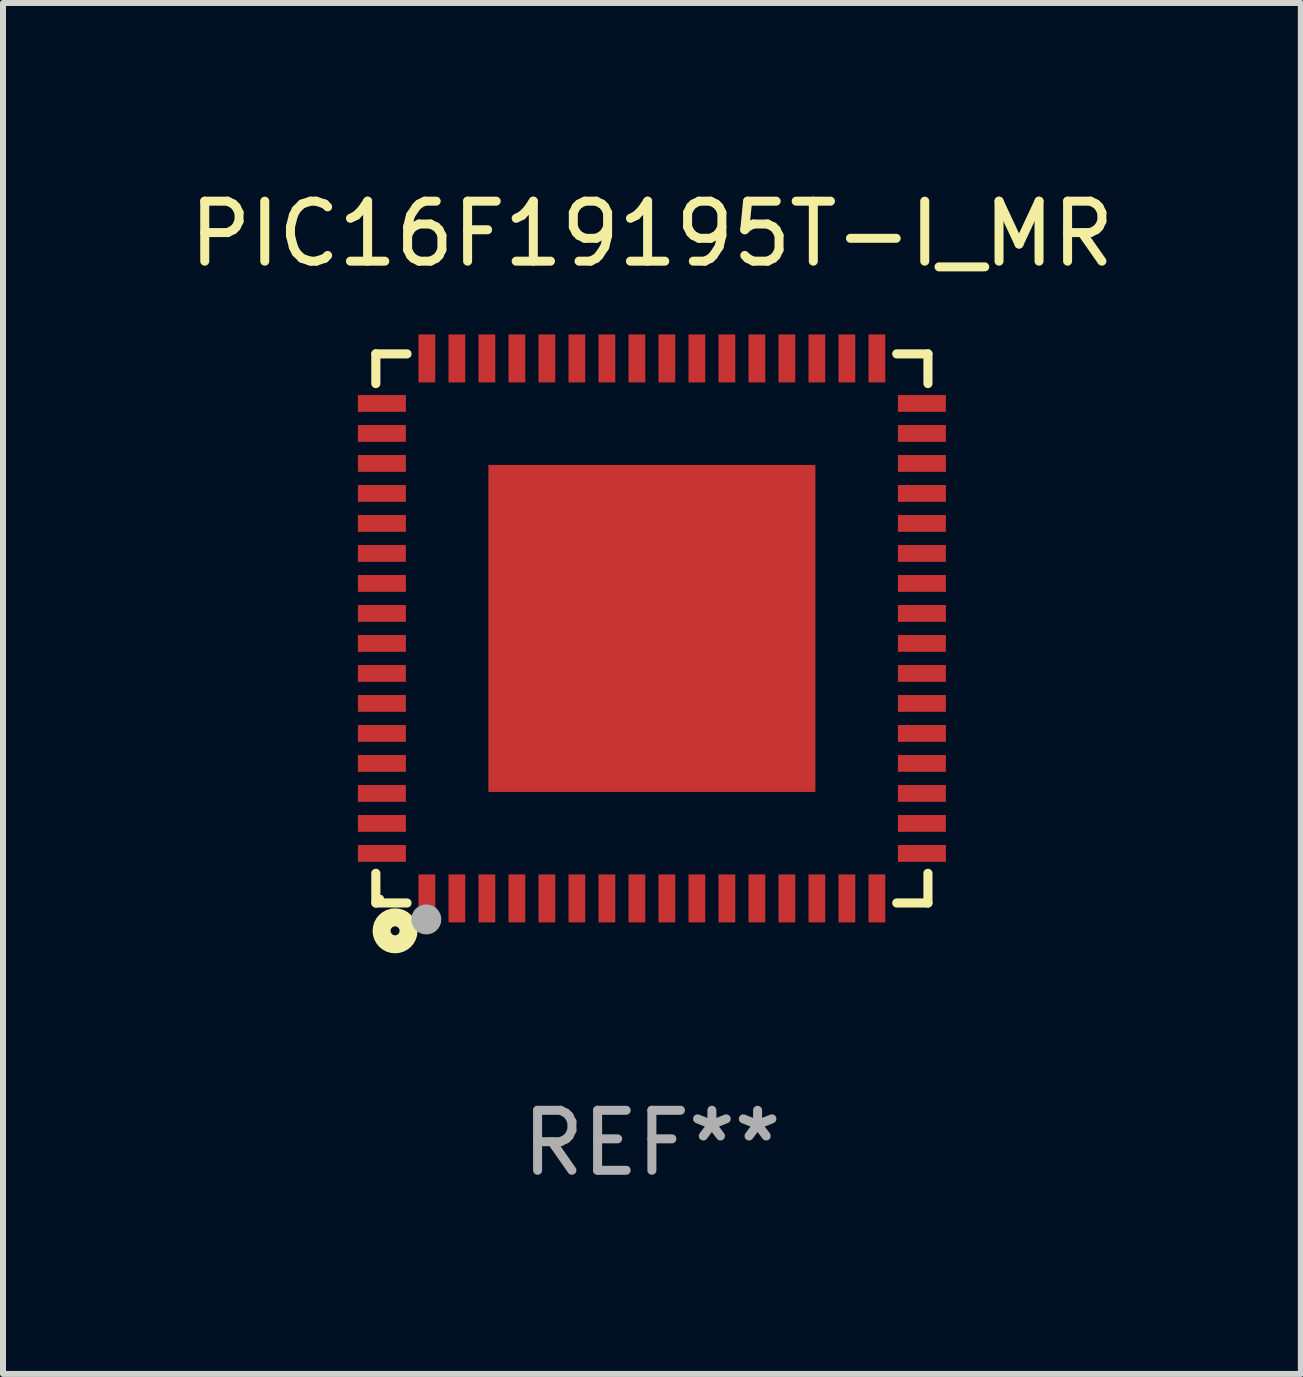
<source format=kicad_pcb>
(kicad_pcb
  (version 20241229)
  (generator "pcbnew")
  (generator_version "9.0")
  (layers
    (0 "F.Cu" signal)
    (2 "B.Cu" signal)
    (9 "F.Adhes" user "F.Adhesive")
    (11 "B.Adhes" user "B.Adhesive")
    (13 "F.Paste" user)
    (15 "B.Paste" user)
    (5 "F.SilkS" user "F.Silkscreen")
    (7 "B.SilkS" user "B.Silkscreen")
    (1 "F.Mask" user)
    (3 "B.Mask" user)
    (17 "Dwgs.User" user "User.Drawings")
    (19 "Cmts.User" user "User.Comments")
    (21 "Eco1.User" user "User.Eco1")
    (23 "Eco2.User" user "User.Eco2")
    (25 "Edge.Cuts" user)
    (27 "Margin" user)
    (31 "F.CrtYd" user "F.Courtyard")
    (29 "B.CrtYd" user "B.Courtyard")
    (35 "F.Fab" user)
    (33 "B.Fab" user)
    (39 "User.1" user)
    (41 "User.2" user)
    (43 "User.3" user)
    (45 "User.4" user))
  (footprint "PIC16F19195T-I_MR"
    (layer "F.Cu")
    (at 7.815 7.424)
    (property "Reference" "PIC16F19195T-I_MR" (at 0 -6.576 0) (layer "F.SilkS") (effects (font (size 1 1) (thickness 0.15))))
    (attr through_hole)
    (fp_line (start -4.601 -4.576) (end -4.081 -4.576) (stroke (width 0.152) (type solid)) (layer "F.SilkS"))
    (fp_line (start -4.601 -4.081) (end -4.601 -4.576) (stroke (width 0.152) (type solid)) (layer "F.SilkS"))
    (fp_line (start -4.601 4.081) (end -4.601 4.576) (stroke (width 0.152) (type solid)) (layer "F.SilkS"))
    (fp_line (start -4.601 4.576) (end -4.081 4.576) (stroke (width 0.152) (type solid)) (layer "F.SilkS"))
    (fp_line (start 4.601 -4.576) (end 4.081 -4.576) (stroke (width 0.152) (type solid)) (layer "F.SilkS"))
    (fp_line (start 4.601 -4.081) (end 4.601 -4.576) (stroke (width 0.152) (type solid)) (layer "F.SilkS"))
    (fp_line (start 4.601 4.081) (end 4.601 4.576) (stroke (width 0.152) (type solid)) (layer "F.SilkS"))
    (fp_line (start 4.601 4.576) (end 4.081 4.576) (stroke (width 0.152) (type solid)) (layer "F.SilkS"))
    (fp_circle (center -4.525 4.5) (end -4.495 4.5) (stroke (width 0.06) (type solid)) (fill no) (layer "F.SilkS"))
    (fp_circle (center -4.28 5.04) (end -4.205 5.04) (stroke (width 0.3) (type solid)) (fill no) (layer "F.SilkS"))
    (fp_circle (center -3.76 4.85) (end -3.635 4.85) (stroke (width 0.25) (type solid)) (fill no) (layer "F.Fab"))
    (fp_text user "REF**" (at 0 8.576 0) (layer "F.Fab") (effects (font (size 1 1) (thickness 0.15))))
    (pad "1" smd rect (at -3.75 4.5) (size 0.28 0.8) (layers "F.Cu" "F.Mask" "F.Paste"))
    (pad "2" smd rect (at -3.25 4.5) (size 0.28 0.8) (layers "F.Cu" "F.Mask" "F.Paste"))
    (pad "3" smd rect (at -2.75 4.5) (size 0.28 0.8) (layers "F.Cu" "F.Mask" "F.Paste"))
    (pad "4" smd rect (at -2.25 4.5) (size 0.28 0.8) (layers "F.Cu" "F.Mask" "F.Paste"))
    (pad "5" smd rect (at -1.75 4.5) (size 0.28 0.8) (layers "F.Cu" "F.Mask" "F.Paste"))
    (pad "6" smd rect (at -1.25 4.5) (size 0.28 0.8) (layers "F.Cu" "F.Mask" "F.Paste"))
    (pad "7" smd rect (at -0.75 4.5) (size 0.28 0.8) (layers "F.Cu" "F.Mask" "F.Paste"))
    (pad "8" smd rect (at -0.25 4.5) (size 0.28 0.8) (layers "F.Cu" "F.Mask" "F.Paste"))
    (pad "9" smd rect (at 0.25 4.5) (size 0.28 0.8) (layers "F.Cu" "F.Mask" "F.Paste"))
    (pad "10" smd rect (at 0.75 4.5) (size 0.28 0.8) (layers "F.Cu" "F.Mask" "F.Paste"))
    (pad "11" smd rect (at 1.25 4.5) (size 0.28 0.8) (layers "F.Cu" "F.Mask" "F.Paste"))
    (pad "12" smd rect (at 1.75 4.5) (size 0.28 0.8) (layers "F.Cu" "F.Mask" "F.Paste"))
    (pad "13" smd rect (at 2.25 4.5) (size 0.28 0.8) (layers "F.Cu" "F.Mask" "F.Paste"))
    (pad "14" smd rect (at 2.75 4.5) (size 0.28 0.8) (layers "F.Cu" "F.Mask" "F.Paste"))
    (pad "15" smd rect (at 3.25 4.5) (size 0.28 0.8) (layers "F.Cu" "F.Mask" "F.Paste"))
    (pad "16" smd rect (at 3.75 4.5) (size 0.28 0.8) (layers "F.Cu" "F.Mask" "F.Paste"))
    (pad "17" smd rect (at 4.5 3.75) (size 0.8 0.28) (layers "F.Cu" "F.Mask" "F.Paste"))
    (pad "18" smd rect (at 4.5 3.25) (size 0.8 0.28) (layers "F.Cu" "F.Mask" "F.Paste"))
    (pad "19" smd rect (at 4.5 2.75) (size 0.8 0.28) (layers "F.Cu" "F.Mask" "F.Paste"))
    (pad "20" smd rect (at 4.5 2.25) (size 0.8 0.28) (layers "F.Cu" "F.Mask" "F.Paste"))
    (pad "21" smd rect (at 4.5 1.75) (size 0.8 0.28) (layers "F.Cu" "F.Mask" "F.Paste"))
    (pad "22" smd rect (at 4.5 1.25) (size 0.8 0.28) (layers "F.Cu" "F.Mask" "F.Paste"))
    (pad "23" smd rect (at 4.5 0.75) (size 0.8 0.28) (layers "F.Cu" "F.Mask" "F.Paste"))
    (pad "24" smd rect (at 4.5 0.25) (size 0.8 0.28) (layers "F.Cu" "F.Mask" "F.Paste"))
    (pad "25" smd rect (at 4.5 -0.25) (size 0.8 0.28) (layers "F.Cu" "F.Mask" "F.Paste"))
    (pad "26" smd rect (at 4.5 -0.75) (size 0.8 0.28) (layers "F.Cu" "F.Mask" "F.Paste"))
    (pad "27" smd rect (at 4.5 -1.25) (size 0.8 0.28) (layers "F.Cu" "F.Mask" "F.Paste"))
    (pad "28" smd rect (at 4.5 -1.75) (size 0.8 0.28) (layers "F.Cu" "F.Mask" "F.Paste"))
    (pad "29" smd rect (at 4.5 -2.25) (size 0.8 0.28) (layers "F.Cu" "F.Mask" "F.Paste"))
    (pad "30" smd rect (at 4.5 -2.75) (size 0.8 0.28) (layers "F.Cu" "F.Mask" "F.Paste"))
    (pad "31" smd rect (at 4.5 -3.25) (size 0.8 0.28) (layers "F.Cu" "F.Mask" "F.Paste"))
    (pad "32" smd rect (at 4.5 -3.75) (size 0.8 0.28) (layers "F.Cu" "F.Mask" "F.Paste"))
    (pad "33" smd rect (at 3.75 -4.5) (size 0.28 0.8) (layers "F.Cu" "F.Mask" "F.Paste"))
    (pad "34" smd rect (at 3.25 -4.5) (size 0.28 0.8) (layers "F.Cu" "F.Mask" "F.Paste"))
    (pad "35" smd rect (at 2.75 -4.5) (size 0.28 0.8) (layers "F.Cu" "F.Mask" "F.Paste"))
    (pad "36" smd rect (at 2.25 -4.5) (size 0.28 0.8) (layers "F.Cu" "F.Mask" "F.Paste"))
    (pad "37" smd rect (at 1.75 -4.5) (size 0.28 0.8) (layers "F.Cu" "F.Mask" "F.Paste"))
    (pad "38" smd rect (at 1.25 -4.5) (size 0.28 0.8) (layers "F.Cu" "F.Mask" "F.Paste"))
    (pad "39" smd rect (at 0.75 -4.5) (size 0.28 0.8) (layers "F.Cu" "F.Mask" "F.Paste"))
    (pad "40" smd rect (at 0.25 -4.5) (size 0.28 0.8) (layers "F.Cu" "F.Mask" "F.Paste"))
    (pad "41" smd rect (at -0.25 -4.5) (size 0.28 0.8) (layers "F.Cu" "F.Mask" "F.Paste"))
    (pad "42" smd rect (at -0.75 -4.5) (size 0.28 0.8) (layers "F.Cu" "F.Mask" "F.Paste"))
    (pad "43" smd rect (at -1.25 -4.5) (size 0.28 0.8) (layers "F.Cu" "F.Mask" "F.Paste"))
    (pad "44" smd rect (at -1.75 -4.5) (size 0.28 0.8) (layers "F.Cu" "F.Mask" "F.Paste"))
    (pad "45" smd rect (at -2.25 -4.5) (size 0.28 0.8) (layers "F.Cu" "F.Mask" "F.Paste"))
    (pad "46" smd rect (at -2.75 -4.5) (size 0.28 0.8) (layers "F.Cu" "F.Mask" "F.Paste"))
    (pad "47" smd rect (at -3.25 -4.5) (size 0.28 0.8) (layers "F.Cu" "F.Mask" "F.Paste"))
    (pad "48" smd rect (at -3.75 -4.5) (size 0.28 0.8) (layers "F.Cu" "F.Mask" "F.Paste"))
    (pad "49" smd rect (at -4.5 -3.75) (size 0.8 0.28) (layers "F.Cu" "F.Mask" "F.Paste"))
    (pad "50" smd rect (at -4.5 -3.25) (size 0.8 0.28) (layers "F.Cu" "F.Mask" "F.Paste"))
    (pad "51" smd rect (at -4.5 -2.75) (size 0.8 0.28) (layers "F.Cu" "F.Mask" "F.Paste"))
    (pad "52" smd rect (at -4.5 -2.25) (size 0.8 0.28) (layers "F.Cu" "F.Mask" "F.Paste"))
    (pad "53" smd rect (at -4.5 -1.75) (size 0.8 0.28) (layers "F.Cu" "F.Mask" "F.Paste"))
    (pad "54" smd rect (at -4.5 -1.25) (size 0.8 0.28) (layers "F.Cu" "F.Mask" "F.Paste"))
    (pad "55" smd rect (at -4.5 -0.75) (size 0.8 0.28) (layers "F.Cu" "F.Mask" "F.Paste"))
    (pad "56" smd rect (at -4.5 -0.25) (size 0.8 0.28) (layers "F.Cu" "F.Mask" "F.Paste"))
    (pad "57" smd rect (at -4.5 0.25) (size 0.8 0.28) (layers "F.Cu" "F.Mask" "F.Paste"))
    (pad "58" smd rect (at -4.5 0.75) (size 0.8 0.28) (layers "F.Cu" "F.Mask" "F.Paste"))
    (pad "59" smd rect (at -4.5 1.25) (size 0.8 0.28) (layers "F.Cu" "F.Mask" "F.Paste"))
    (pad "60" smd rect (at -4.5 1.75) (size 0.8 0.28) (layers "F.Cu" "F.Mask" "F.Paste"))
    (pad "61" smd rect (at -4.5 2.25) (size 0.8 0.28) (layers "F.Cu" "F.Mask" "F.Paste"))
    (pad "62" smd rect (at -4.5 2.75) (size 0.8 0.28) (layers "F.Cu" "F.Mask" "F.Paste"))
    (pad "63" smd rect (at -4.5 3.25) (size 0.8 0.28) (layers "F.Cu" "F.Mask" "F.Paste"))
    (pad "64" smd rect (at -4.5 3.75) (size 0.8 0.28) (layers "F.Cu" "F.Mask" "F.Paste"))
    (pad "65" smd rect (at 0 0) (size 5.45 5.45) (layers "F.Cu" "F.Mask" "F.Paste")))
  (gr_rect
    (start -3 -3)
    (end 18.631 19.849)
    (stroke (width 0.1) (type default))
    (fill no)
    (layer "Edge.Cuts")))
</source>
